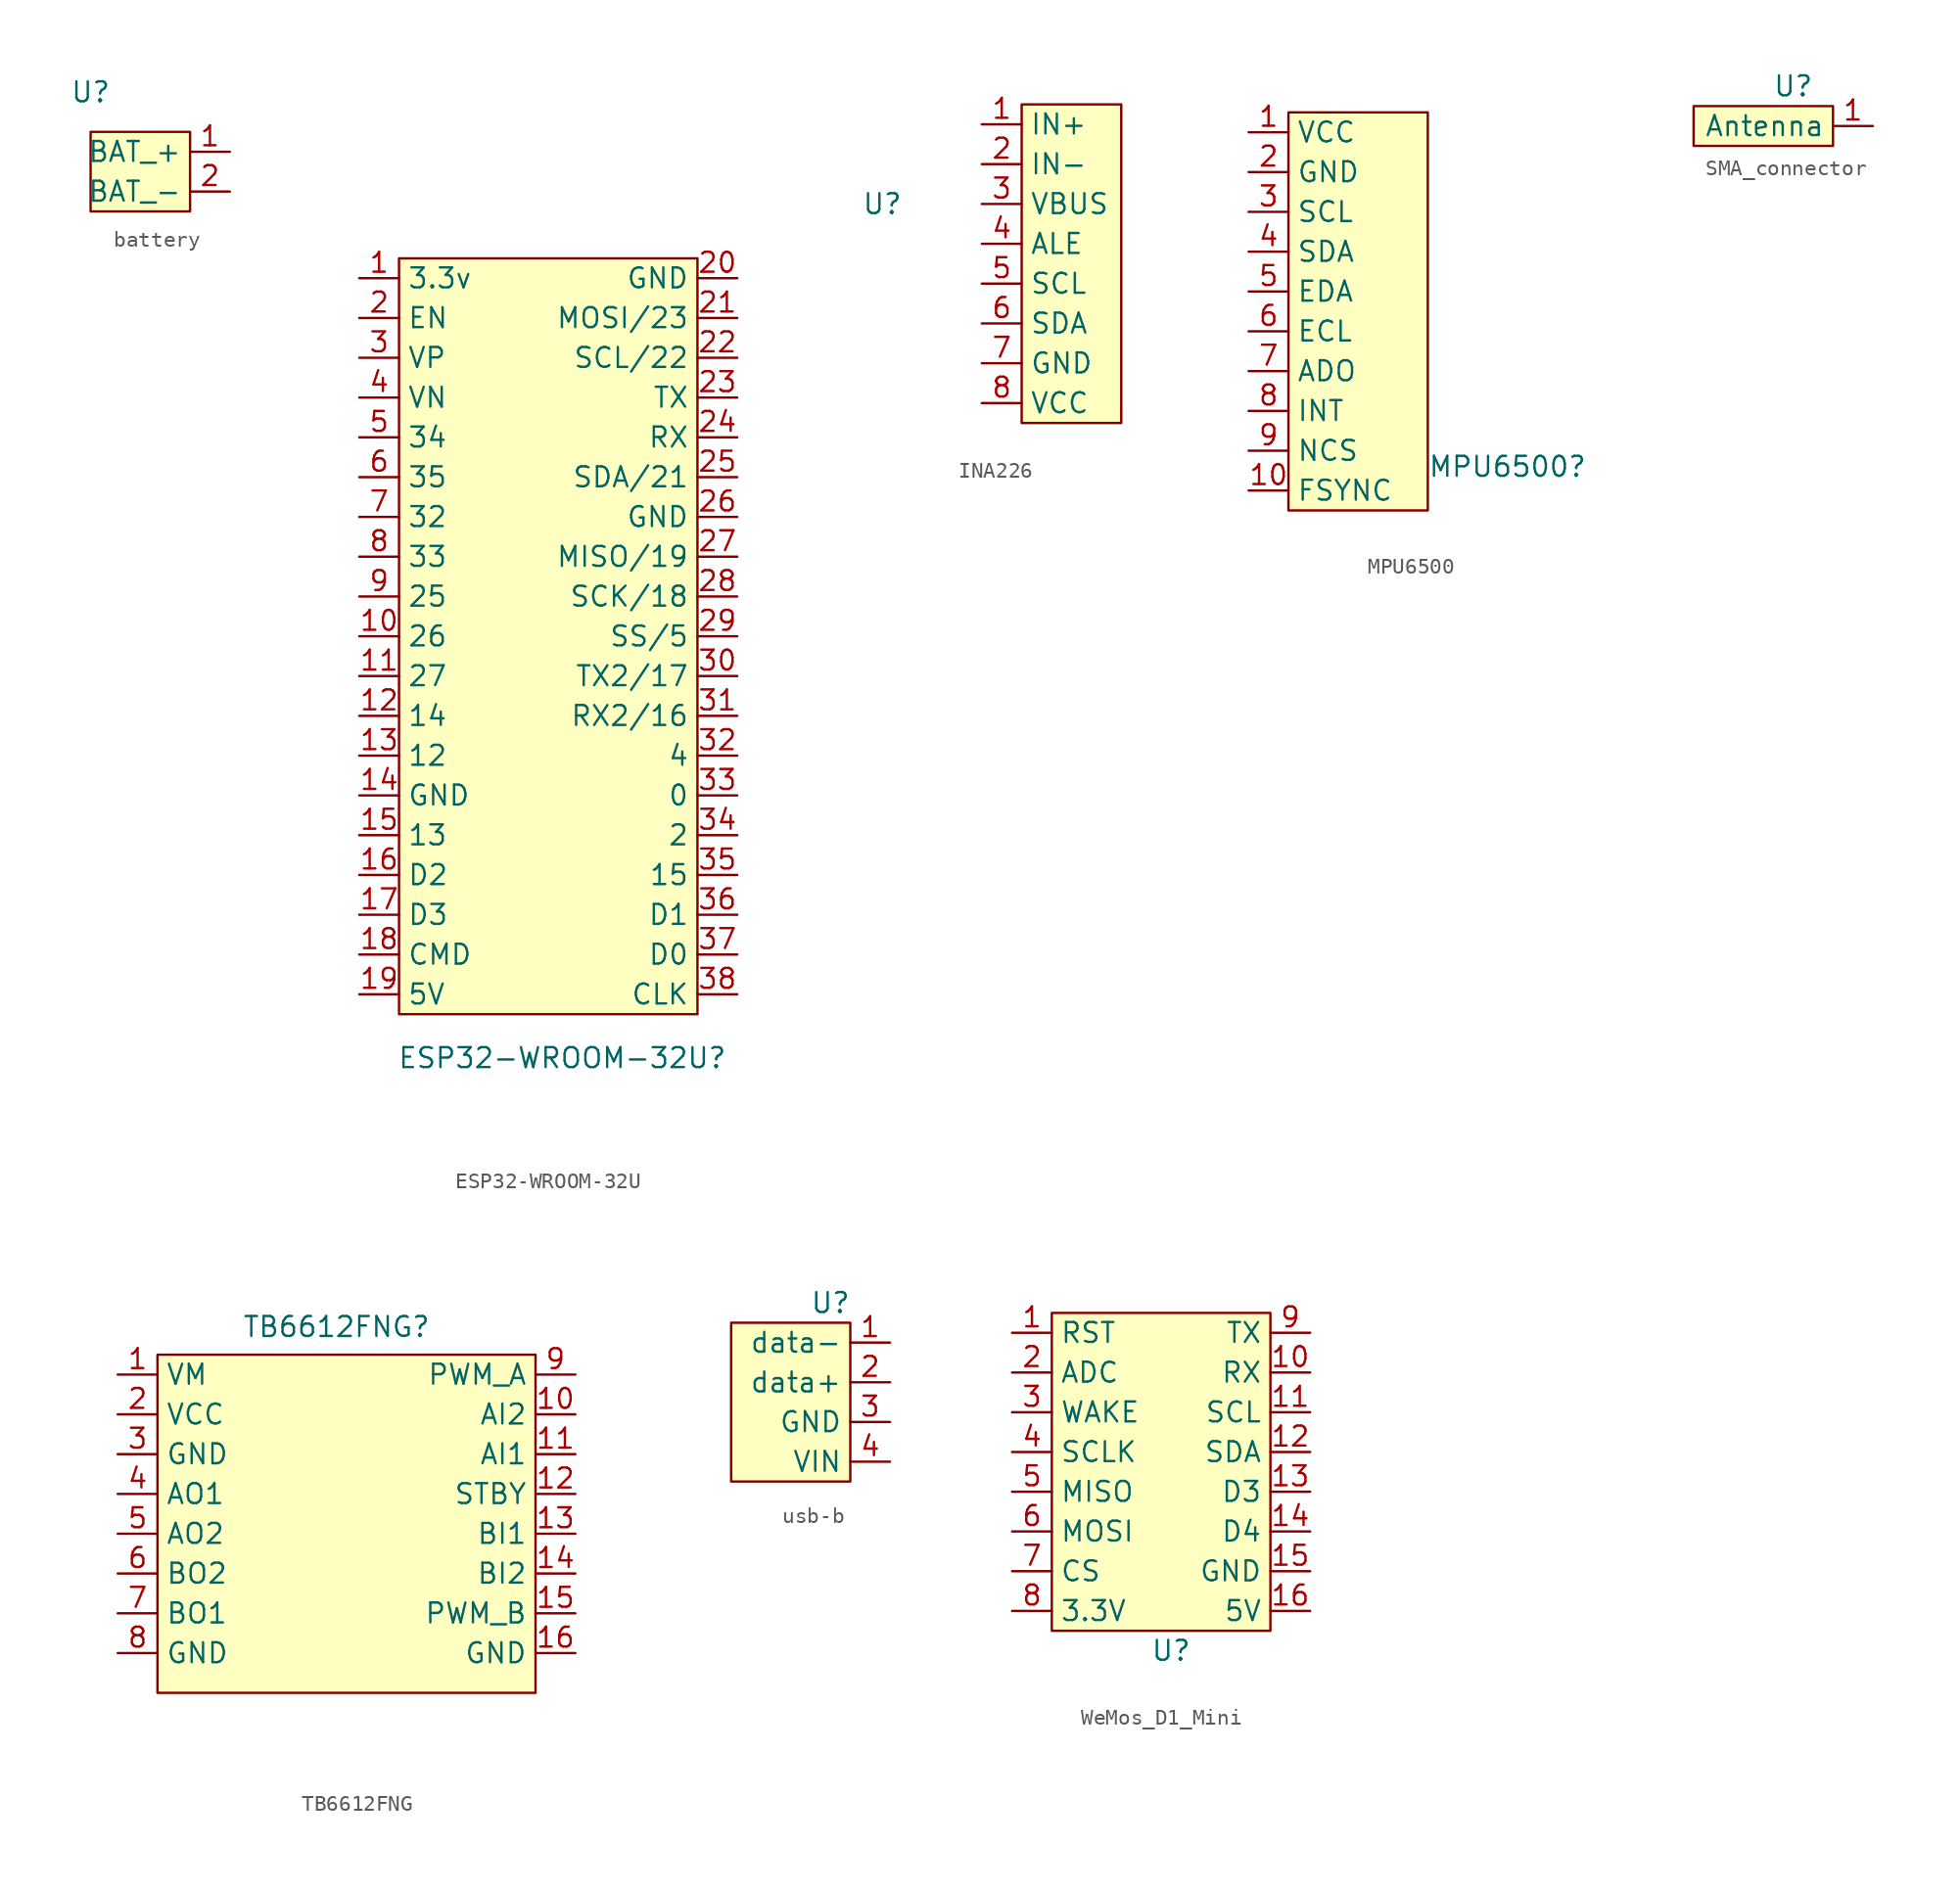
<source format=kicad_sym>
(kicad_symbol_lib
  (version 20231120)
  (generator "kicad_symbol_editor")
  (generator_version "8.0")
  (symbol "battery"
    (property "Reference" "U"
      (at 0 0 0)
      (effects (font (size 1.27 1.27))))
    (property "Value" ""
      (at 0 0 0)
      (effects (font (size 1.27 1.27))))
    (symbol "battery_0_1"
      (rectangle (start 0 -2.54) (end 6.35 -7.62) (stroke (width 0) (type default)) (fill (type background))))
    (symbol "battery_1_1"
      (pin input line (at 8.89 -3.81 180) (length 2.54) (name "BAT_+" (effects (font (size 1.27 1.27)))) (number "1" (effects (font (size 1.27 1.27)))))
      (pin input line (at 8.89 -6.35 180) (length 2.54) (name "BAT_-" (effects (font (size 1.27 1.27)))) (number "2" (effects (font (size 1.27 1.27)))))))
  (symbol "ESP32-WROOM-32U"
    (property "Reference" "ESP32-WROOM-32U"
      (at 7.874 -57.404 0)
      (effects (font (size 1.27 1.27))))
    (property "Value" ""
      (at 0 0 0)
      (effects (font (size 1.27 1.27))))
    (symbol "ESP32-WROOM-32U_0_1"
      (rectangle (start -2.54 -6.35) (end 16.51 -54.61) (stroke (width 0) (type default)) (fill (type background))))
    (symbol "ESP32-WROOM-32U_1_1"
      (pin passive line (at -5.08 -7.62 0) (length 2.54) (name "3.3v" (effects (font (size 1.27 1.27)))) (number "1" (effects (font (size 1.27 1.27)))))
      (pin passive line (at -5.08 -30.48 0) (length 2.54) (name "26" (effects (font (size 1.27 1.27)))) (number "10" (effects (font (size 1.27 1.27)))))
      (pin passive line (at -5.08 -33.02 0) (length 2.54) (name "27" (effects (font (size 1.27 1.27)))) (number "11" (effects (font (size 1.27 1.27)))))
      (pin passive line (at -5.08 -35.56 0) (length 2.54) (name "14" (effects (font (size 1.27 1.27)))) (number "12" (effects (font (size 1.27 1.27)))))
      (pin passive line (at -5.08 -38.1 0) (length 2.54) (name "12" (effects (font (size 1.27 1.27)))) (number "13" (effects (font (size 1.27 1.27)))))
      (pin passive line (at -5.08 -40.64 0) (length 2.54) (name "GND" (effects (font (size 1.27 1.27)))) (number "14" (effects (font (size 1.27 1.27)))))
      (pin passive line (at -5.08 -43.18 0) (length 2.54) (name "13" (effects (font (size 1.27 1.27)))) (number "15" (effects (font (size 1.27 1.27)))))
      (pin passive line (at -5.08 -45.72 0) (length 2.54) (name "D2" (effects (font (size 1.27 1.27)))) (number "16" (effects (font (size 1.27 1.27)))))
      (pin passive line (at -5.08 -48.26 0) (length 2.54) (name "D3" (effects (font (size 1.27 1.27)))) (number "17" (effects (font (size 1.27 1.27)))))
      (pin passive line (at -5.08 -50.8 0) (length 2.54) (name "CMD" (effects (font (size 1.27 1.27)))) (number "18" (effects (font (size 1.27 1.27)))))
      (pin passive line (at -5.08 -53.34 0) (length 2.54) (name "5V" (effects (font (size 1.27 1.27)))) (number "19" (effects (font (size 1.27 1.27)))))
      (pin passive line (at -5.08 -10.16 0) (length 2.54) (name "EN" (effects (font (size 1.27 1.27)))) (number "2" (effects (font (size 1.27 1.27)))))
      (pin passive line (at 19.05 -7.62 180) (length 2.54) (name "GND" (effects (font (size 1.27 1.27)))) (number "20" (effects (font (size 1.27 1.27)))))
      (pin passive line (at 19.05 -10.16 180) (length 2.54) (name "MOSI/23" (effects (font (size 1.27 1.27)))) (number "21" (effects (font (size 1.27 1.27)))))
      (pin passive line (at 19.05 -12.7 180) (length 2.54) (name "SCL/22" (effects (font (size 1.27 1.27)))) (number "22" (effects (font (size 1.27 1.27)))))
      (pin passive line (at 19.05 -15.24 180) (length 2.54) (name "TX" (effects (font (size 1.27 1.27)))) (number "23" (effects (font (size 1.27 1.27)))))
      (pin passive line (at 19.05 -17.78 180) (length 2.54) (name "RX" (effects (font (size 1.27 1.27)))) (number "24" (effects (font (size 1.27 1.27)))))
      (pin passive line (at 19.05 -20.32 180) (length 2.54) (name "SDA/21" (effects (font (size 1.27 1.27)))) (number "25" (effects (font (size 1.27 1.27)))))
      (pin passive line (at 19.05 -22.86 180) (length 2.54) (name "GND" (effects (font (size 1.27 1.27)))) (number "26" (effects (font (size 1.27 1.27)))))
      (pin passive line (at 19.05 -25.4 180) (length 2.54) (name "MISO/19" (effects (font (size 1.27 1.27)))) (number "27" (effects (font (size 1.27 1.27)))))
      (pin passive line (at 19.05 -27.94 180) (length 2.54) (name "SCK/18" (effects (font (size 1.27 1.27)))) (number "28" (effects (font (size 1.27 1.27)))))
      (pin passive line (at 19.05 -30.48 180) (length 2.54) (name "SS/5" (effects (font (size 1.27 1.27)))) (number "29" (effects (font (size 1.27 1.27)))))
      (pin passive line (at -5.08 -12.7 0) (length 2.54) (name "VP" (effects (font (size 1.27 1.27)))) (number "3" (effects (font (size 1.27 1.27)))))
      (pin passive line (at 19.05 -33.02 180) (length 2.54) (name "TX2/17" (effects (font (size 1.27 1.27)))) (number "30" (effects (font (size 1.27 1.27)))))
      (pin passive line (at 19.05 -35.56 180) (length 2.54) (name "RX2/16" (effects (font (size 1.27 1.27)))) (number "31" (effects (font (size 1.27 1.27)))))
      (pin passive line (at 19.05 -38.1 180) (length 2.54) (name "4" (effects (font (size 1.27 1.27)))) (number "32" (effects (font (size 1.27 1.27)))))
      (pin passive line (at 19.05 -40.64 180) (length 2.54) (name "0" (effects (font (size 1.27 1.27)))) (number "33" (effects (font (size 1.27 1.27)))))
      (pin passive line (at 19.05 -43.18 180) (length 2.54) (name "2" (effects (font (size 1.27 1.27)))) (number "34" (effects (font (size 1.27 1.27)))))
      (pin passive line (at 19.05 -45.72 180) (length 2.54) (name "15" (effects (font (size 1.27 1.27)))) (number "35" (effects (font (size 1.27 1.27)))))
      (pin passive line (at 19.05 -48.26 180) (length 2.54) (name "D1" (effects (font (size 1.27 1.27)))) (number "36" (effects (font (size 1.27 1.27)))))
      (pin passive line (at 19.05 -50.8 180) (length 2.54) (name "D0" (effects (font (size 1.27 1.27)))) (number "37" (effects (font (size 1.27 1.27)))))
      (pin passive line (at 19.05 -53.34 180) (length 2.54) (name "CLK" (effects (font (size 1.27 1.27)))) (number "38" (effects (font (size 1.27 1.27)))))
      (pin passive line (at -5.08 -15.24 0) (length 2.54) (name "VN" (effects (font (size 1.27 1.27)))) (number "4" (effects (font (size 1.27 1.27)))))
      (pin passive line (at -5.08 -17.78 0) (length 2.54) (name "34" (effects (font (size 1.27 1.27)))) (number "5" (effects (font (size 1.27 1.27)))))
      (pin passive line (at -5.08 -20.32 0) (length 2.54) (name "35" (effects (font (size 1.27 1.27)))) (number "6" (effects (font (size 1.27 1.27)))))
      (pin passive line (at -5.08 -22.86 0) (length 2.54) (name "32" (effects (font (size 1.27 1.27)))) (number "7" (effects (font (size 1.27 1.27)))))
      (pin passive line (at -5.08 -25.4 0) (length 2.54) (name "33" (effects (font (size 1.27 1.27)))) (number "8" (effects (font (size 1.27 1.27)))))
      (pin passive line (at -5.08 -27.94 0) (length 2.54) (name "25" (effects (font (size 1.27 1.27)))) (number "9" (effects (font (size 1.27 1.27)))))))
  (symbol "INA226"
    (property "Reference" "U"
      (at 0 0 0)
      (effects (font (size 1.27 1.27))))
    (property "Value" ""
      (at 0 0 0)
      (effects (font (size 1.27 1.27))))
    (symbol "INA226_0_1"
      (rectangle (start 8.89 6.35) (end 15.24 -13.97) (stroke (width 0) (type default)) (fill (type background))))
    (symbol "INA226_1_1"
      (pin input line (at 6.35 5.08 0) (length 2.54) (name "IN+" (effects (font (size 1.27 1.27)))) (number "1" (effects (font (size 1.27 1.27)))))
      (pin input line (at 6.35 2.54 0) (length 2.54) (name "IN-" (effects (font (size 1.27 1.27)))) (number "2" (effects (font (size 1.27 1.27)))))
      (pin input line (at 6.35 0 0) (length 2.54) (name "VBUS" (effects (font (size 1.27 1.27)))) (number "3" (effects (font (size 1.27 1.27)))))
      (pin input line (at 6.35 -2.54 0) (length 2.54) (name "ALE" (effects (font (size 1.27 1.27)))) (number "4" (effects (font (size 1.27 1.27)))))
      (pin input line (at 6.35 -5.08 0) (length 2.54) (name "SCL" (effects (font (size 1.27 1.27)))) (number "5" (effects (font (size 1.27 1.27)))))
      (pin input line (at 6.35 -7.62 0) (length 2.54) (name "SDA" (effects (font (size 1.27 1.27)))) (number "6" (effects (font (size 1.27 1.27)))))
      (pin input line (at 6.35 -10.16 0) (length 2.54) (name "GND" (effects (font (size 1.27 1.27)))) (number "7" (effects (font (size 1.27 1.27)))))
      (pin input line (at 6.35 -12.7 0) (length 2.54) (name "VCC" (effects (font (size 1.27 1.27)))) (number "8" (effects (font (size 1.27 1.27)))))))
  (symbol "MPU6500"
    (property "Reference" "MPU6500"
      (at 8.89 -16.256 0)
      (effects (font (size 1.27 1.27))))
    (property "Value" ""
      (at 0 0 0)
      (effects (font (size 1.27 1.27))))
    (symbol "MPU6500_0_1"
      (rectangle (start -5.08 6.35) (end 3.81 -19.05) (stroke (width 0) (type default)) (fill (type background))))
    (symbol "MPU6500_1_1"
      (pin power_in line (at -7.62 5.08 0) (length 2.54) (name "VCC" (effects (font (size 1.27 1.27)))) (number "1" (effects (font (size 1.27 1.27)))))
      (pin passive line (at -7.62 -17.78 0) (length 2.54) (name "FSYNC" (effects (font (size 1.27 1.27)))) (number "10" (effects (font (size 1.27 1.27)))))
      (pin passive line (at -7.62 2.54 0) (length 2.54) (name "GND" (effects (font (size 1.27 1.27)))) (number "2" (effects (font (size 1.27 1.27)))))
      (pin passive line (at -7.62 0 0) (length 2.54) (name "SCL" (effects (font (size 1.27 1.27)))) (number "3" (effects (font (size 1.27 1.27)))))
      (pin passive line (at -7.62 -2.54 0) (length 2.54) (name "SDA" (effects (font (size 1.27 1.27)))) (number "4" (effects (font (size 1.27 1.27)))))
      (pin passive line (at -7.62 -5.08 0) (length 2.54) (name "EDA" (effects (font (size 1.27 1.27)))) (number "5" (effects (font (size 1.27 1.27)))))
      (pin passive line (at -7.62 -7.62 0) (length 2.54) (name "ECL" (effects (font (size 1.27 1.27)))) (number "6" (effects (font (size 1.27 1.27)))))
      (pin passive line (at -7.62 -10.16 0) (length 2.54) (name "ADO" (effects (font (size 1.27 1.27)))) (number "7" (effects (font (size 1.27 1.27)))))
      (pin passive line (at -7.62 -12.7 0) (length 2.54) (name "INT" (effects (font (size 1.27 1.27)))) (number "8" (effects (font (size 1.27 1.27)))))
      (pin passive line (at -7.62 -15.24 0) (length 2.54) (name "NCS" (effects (font (size 1.27 1.27)))) (number "9" (effects (font (size 1.27 1.27)))))))
  (symbol "SMA_connector"
    (property "Reference" "U"
      (at 0 0 0)
      (effects (font (size 1.27 1.27))))
    (property "Value" ""
      (at 0 0 0)
      (effects (font (size 1.27 1.27))))
    (symbol "SMA_connector_0_1"
      (rectangle (start -6.35 -1.27) (end 2.54 -3.81) (stroke (width 0) (type default)) (fill (type background))))
    (symbol "SMA_connector_1_1"
      (pin passive line (at 5.08 -2.54 180) (length 2.54) (name "Antenna" (effects (font (size 1.27 1.27)))) (number "1" (effects (font (size 1.27 1.27)))))))
  (symbol "TB6612FNG"
    (property "Reference" "TB6612FNG"
      (at 3.81 9.398 0)
      (effects (font (size 1.27 1.27))))
    (property "Value" ""
      (at 20.574 -17.018 0)
      (effects (font (size 1.27 1.27))))
    (symbol "TB6612FNG_0_1"
      (rectangle (start -7.62 7.62) (end 16.51 -13.97) (stroke (width 0) (type default)) (fill (type background))))
    (symbol "TB6612FNG_1_1"
      (pin power_in line (at -10.16 6.35 0) (length 2.54) (name "VM" (effects (font (size 1.27 1.27)))) (number "1" (effects (font (size 1.27 1.27)))))
      (pin passive line (at 19.05 3.81 180) (length 2.54) (name "AI2" (effects (font (size 1.27 1.27)))) (number "10" (effects (font (size 1.27 1.27)))))
      (pin passive line (at 19.05 1.27 180) (length 2.54) (name "AI1" (effects (font (size 1.27 1.27)))) (number "11" (effects (font (size 1.27 1.27)))))
      (pin passive line (at 19.05 -1.27 180) (length 2.54) (name "STBY" (effects (font (size 1.27 1.27)))) (number "12" (effects (font (size 1.27 1.27)))))
      (pin passive line (at 19.05 -3.81 180) (length 2.54) (name "BI1" (effects (font (size 1.27 1.27)))) (number "13" (effects (font (size 1.27 1.27)))))
      (pin passive line (at 19.05 -6.35 180) (length 2.54) (name "BI2" (effects (font (size 1.27 1.27)))) (number "14" (effects (font (size 1.27 1.27)))))
      (pin passive line (at 19.05 -8.89 180) (length 2.54) (name "PWM_B" (effects (font (size 1.27 1.27)))) (number "15" (effects (font (size 1.27 1.27)))))
      (pin passive line (at 19.05 -11.43 180) (length 2.54) (name "GND" (effects (font (size 1.27 1.27)))) (number "16" (effects (font (size 1.27 1.27)))))
      (pin power_in line (at -10.16 3.81 0) (length 2.54) (name "VCC" (effects (font (size 1.27 1.27)))) (number "2" (effects (font (size 1.27 1.27)))))
      (pin passive line (at -10.16 1.27 0) (length 2.54) (name "GND" (effects (font (size 1.27 1.27)))) (number "3" (effects (font (size 1.27 1.27)))))
      (pin passive line (at -10.16 -1.27 0) (length 2.54) (name "AO1" (effects (font (size 1.27 1.27)))) (number "4" (effects (font (size 1.27 1.27)))))
      (pin passive line (at -10.16 -3.81 0) (length 2.54) (name "AO2" (effects (font (size 1.27 1.27)))) (number "5" (effects (font (size 1.27 1.27)))))
      (pin passive line (at -10.16 -6.35 0) (length 2.54) (name "BO2" (effects (font (size 1.27 1.27)))) (number "6" (effects (font (size 1.27 1.27)))))
      (pin passive line (at -10.16 -8.89 0) (length 2.54) (name "BO1" (effects (font (size 1.27 1.27)))) (number "7" (effects (font (size 1.27 1.27)))))
      (pin passive line (at -10.16 -11.43 0) (length 2.54) (name "GND" (effects (font (size 1.27 1.27)))) (number "8" (effects (font (size 1.27 1.27)))))
      (pin passive line (at 19.05 6.35 180) (length 2.54) (name "PWM_A" (effects (font (size 1.27 1.27)))) (number "9" (effects (font (size 1.27 1.27)))))))
  (symbol "usb-b"
    (property "Reference" "U"
      (at 0 0 0)
      (effects (font (size 1.27 1.27))))
    (property "Value" ""
      (at 0 0 0)
      (effects (font (size 1.27 1.27))))
    (symbol "usb-b_0_1"
      (rectangle (start -6.35 -1.27) (end 1.27 -11.43) (stroke (width 0) (type default)) (fill (type background))))
    (symbol "usb-b_1_1"
      (pin passive line (at 3.81 -2.54 180) (length 2.54) (name "data-" (effects (font (size 1.27 1.27)))) (number "1" (effects (font (size 1.27 1.27)))))
      (pin passive line (at 3.81 -5.08 180) (length 2.54) (name "data+" (effects (font (size 1.27 1.27)))) (number "2" (effects (font (size 1.27 1.27)))))
      (pin passive line (at 3.81 -7.62 180) (length 2.54) (name "GND" (effects (font (size 1.27 1.27)))) (number "3" (effects (font (size 1.27 1.27)))))
      (pin passive line (at 3.81 -10.16 180) (length 2.54) (name "VIN" (effects (font (size 1.27 1.27)))) (number "4" (effects (font (size 1.27 1.27)))))))
  (symbol "WeMos_D1_Mini"
    (property "Reference" "U"
      (at 8.89 -19.05 0)
      (effects (font (size 1.27 1.27))))
    (property "Value" ""
      (at 0 0 0)
      (effects (font (size 1.27 1.27))))
    (symbol "WeMos_D1_Mini_0_1"
      (rectangle (start 1.27 2.54) (end 15.24 -17.78) (stroke (width 0) (type default)) (fill (type background))))
    (symbol "WeMos_D1_Mini_1_1"
      (pin passive line (at -1.27 1.27 0) (length 2.54) (name "RST" (effects (font (size 1.27 1.27)))) (number "1" (effects (font (size 1.27 1.27)))))
      (pin passive line (at 17.78 -1.27 180) (length 2.54) (name "RX" (effects (font (size 1.27 1.27)))) (number "10" (effects (font (size 1.27 1.27)))))
      (pin passive line (at 17.78 -3.81 180) (length 2.54) (name "SCL" (effects (font (size 1.27 1.27)))) (number "11" (effects (font (size 1.27 1.27)))))
      (pin passive line (at 17.78 -6.35 180) (length 2.54) (name "SDA" (effects (font (size 1.27 1.27)))) (number "12" (effects (font (size 1.27 1.27)))))
      (pin passive line (at 17.78 -8.89 180) (length 2.54) (name "D3" (effects (font (size 1.27 1.27)))) (number "13" (effects (font (size 1.27 1.27)))))
      (pin passive line (at 17.78 -11.43 180) (length 2.54) (name "D4" (effects (font (size 1.27 1.27)))) (number "14" (effects (font (size 1.27 1.27)))))
      (pin passive line (at 17.78 -13.97 180) (length 2.54) (name "GND" (effects (font (size 1.27 1.27)))) (number "15" (effects (font (size 1.27 1.27)))))
      (pin passive line (at 17.78 -16.51 180) (length 2.54) (name "5V" (effects (font (size 1.27 1.27)))) (number "16" (effects (font (size 1.27 1.27)))))
      (pin passive line (at -1.27 -1.27 0) (length 2.54) (name "ADC" (effects (font (size 1.27 1.27)))) (number "2" (effects (font (size 1.27 1.27)))))
      (pin passive line (at -1.27 -3.81 0) (length 2.54) (name "WAKE" (effects (font (size 1.27 1.27)))) (number "3" (effects (font (size 1.27 1.27)))))
      (pin passive line (at -1.27 -6.35 0) (length 2.54) (name "SCLK" (effects (font (size 1.27 1.27)))) (number "4" (effects (font (size 1.27 1.27)))))
      (pin passive line (at -1.27 -8.89 0) (length 2.54) (name "MISO" (effects (font (size 1.27 1.27)))) (number "5" (effects (font (size 1.27 1.27)))))
      (pin passive line (at -1.27 -11.43 0) (length 2.54) (name "MOSI" (effects (font (size 1.27 1.27)))) (number "6" (effects (font (size 1.27 1.27)))))
      (pin passive line (at -1.27 -13.97 0) (length 2.54) (name "CS" (effects (font (size 1.27 1.27)))) (number "7" (effects (font (size 1.27 1.27)))))
      (pin passive line (at -1.27 -16.51 0) (length 2.54) (name "3.3V" (effects (font (size 1.27 1.27)))) (number "8" (effects (font (size 1.27 1.27)))))
      (pin passive line (at 17.78 1.27 180) (length 2.54) (name "TX" (effects (font (size 1.27 1.27)))) (number "9" (effects (font (size 1.27 1.27))))))))
</source>
